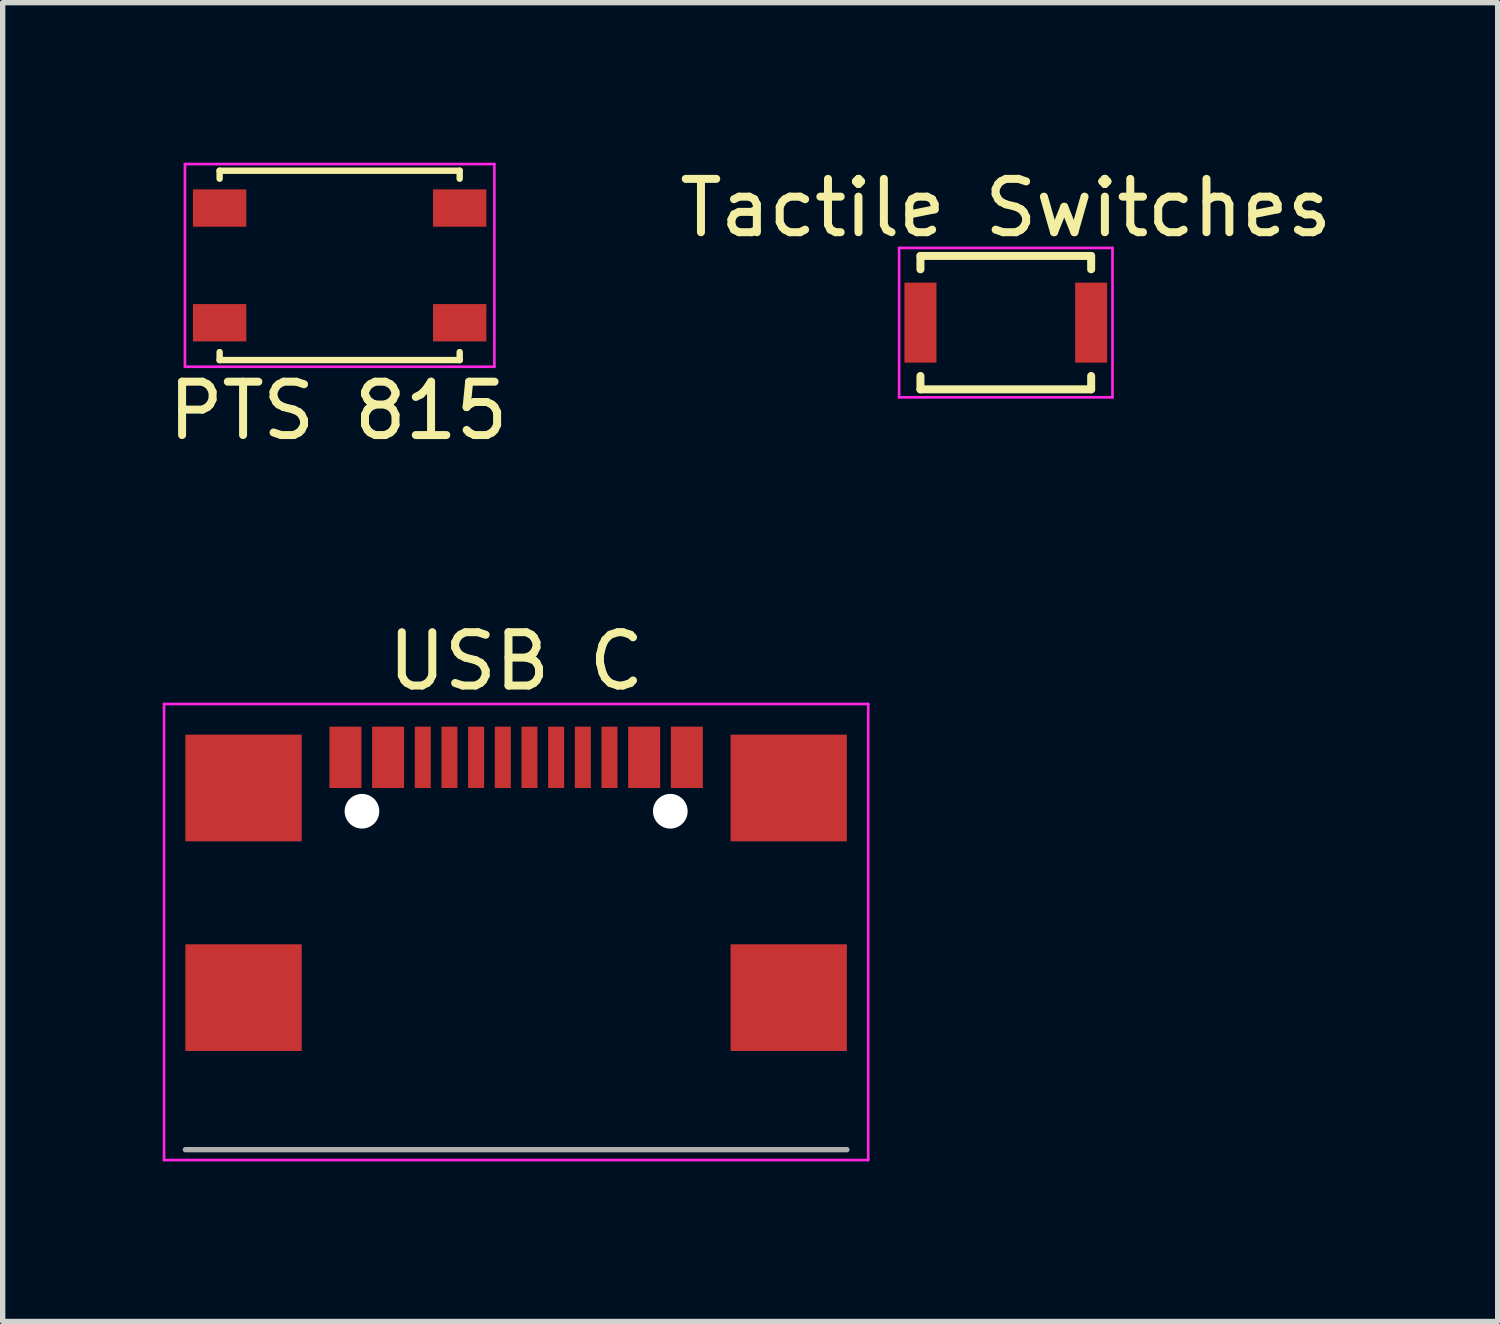
<source format=kicad_pcb>
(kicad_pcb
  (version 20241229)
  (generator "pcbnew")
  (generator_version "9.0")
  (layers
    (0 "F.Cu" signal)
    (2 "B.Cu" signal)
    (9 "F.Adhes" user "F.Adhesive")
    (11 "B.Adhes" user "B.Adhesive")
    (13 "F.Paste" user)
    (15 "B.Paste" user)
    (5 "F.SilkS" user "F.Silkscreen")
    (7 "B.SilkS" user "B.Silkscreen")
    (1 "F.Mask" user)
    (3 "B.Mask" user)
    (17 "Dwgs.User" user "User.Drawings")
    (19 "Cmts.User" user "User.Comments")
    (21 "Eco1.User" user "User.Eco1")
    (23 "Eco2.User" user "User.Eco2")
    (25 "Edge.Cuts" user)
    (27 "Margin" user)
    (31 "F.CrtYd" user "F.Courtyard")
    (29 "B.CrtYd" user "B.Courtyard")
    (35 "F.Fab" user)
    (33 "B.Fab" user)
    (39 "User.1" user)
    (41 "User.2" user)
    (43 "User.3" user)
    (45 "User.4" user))
  (footprint "Tactile Switches"
    (layer "F.Cu")
    (at 15.804 2.998)
    (property "Reference" "Tactile Switches" (at 0 -2.15 0) (layer "F.SilkS") (effects (font (size 1 1) (thickness 0.15))))
    (attr through_hole)
    (fp_line (start -1.6 -1) (end -1.6 -1.25) (stroke (width 0.15) (type solid)) (layer "F.SilkS"))
    (fp_line (start -1.6 1) (end -1.6 1.25) (stroke (width 0.15) (type solid)) (layer "F.SilkS"))
    (fp_line (start 1.6 -1.25) (end -1.6 -1.25) (stroke (width 0.15) (type solid)) (layer "F.SilkS"))
    (fp_line (start 1.6 -1) (end 1.6 -1.25) (stroke (width 0.15) (type solid)) (layer "F.SilkS"))
    (fp_line (start 1.6 1) (end 1.6 1.25) (stroke (width 0.15) (type solid)) (layer "F.SilkS"))
    (fp_line (start 1.6 1.25) (end -1.6 1.25) (stroke (width 0.15) (type solid)) (layer "F.SilkS"))
    (fp_line (start -2 -1.4) (end -2 1.4) (stroke (width 0.05) (type solid)) (layer "F.CrtYd"))
    (fp_line (start -2 -1.4) (end 2 -1.4) (stroke (width 0.05) (type solid)) (layer "F.CrtYd"))
    (fp_line (start 2 1.4) (end -2 1.4) (stroke (width 0.05) (type solid)) (layer "F.CrtYd"))
    (fp_line (start 2 1.4) (end 2 -1.4) (stroke (width 0.05) (type solid)) (layer "F.CrtYd"))
    (pad "1" smd rect (at -1.6 0) (size 0.6 1.5) (layers "F.Cu" "F.Mask" "F.Paste"))
    (pad "2" smd rect (at 1.6 0) (size 0.6 1.5) (layers "F.Cu" "F.Mask" "F.Paste")))
  (footprint "USB C"
    (layer "F.Cu")
    (at 6.625 11.146)
    (property "Reference" "USB C" (at 0 -1.8 0) (layer "F.SilkS") (effects (font (size 1 1) (thickness 0.15))))
    (attr through_hole)
    (fp_line (start -6.6 -1) (end 6.6 -1) (stroke (width 0.05) (type solid)) (layer "F.CrtYd"))
    (fp_line (start -6.6 7.55) (end -6.6 -1) (stroke (width 0.05) (type solid)) (layer "F.CrtYd"))
    (fp_line (start 6.6 -1) (end 6.6 7.55) (stroke (width 0.05) (type solid)) (layer "F.CrtYd"))
    (fp_line (start 6.6 7.55) (end -6.6 7.55) (stroke (width 0.05) (type solid)) (layer "F.CrtYd"))
    (fp_line (start 6.2 7.355) (end -6.2 7.355) (stroke (width 0.1) (type solid)) (layer "F.Fab"))
    (pad "" np_thru_hole circle (at -2.89 1.011) (size 0.65 0.65) (drill 0.65) (layers "*.Cu" "*.Mask"))
    (pad "" np_thru_hole circle (at 2.89 1.011) (size 0.65 0.65) (drill 0.65) (layers "*.Cu" "*.Mask"))
    (pad "A1" smd rect (at -3.2 0) (size 0.6 1.15) (layers "F.Cu" "F.Mask" "F.Paste"))
    (pad "A4" smd rect (at -2.4 0) (size 0.6 1.15) (layers "F.Cu" "F.Mask" "F.Paste"))
    (pad "A5" smd rect (at -1.25 0) (size 0.3 1.15) (layers "F.Cu" "F.Mask" "F.Paste"))
    (pad "A6" smd rect (at -0.25 0) (size 0.3 1.15) (layers "F.Cu" "F.Mask" "F.Paste"))
    (pad "A7" smd rect (at 0.25 0) (size 0.3 1.15) (layers "F.Cu" "F.Mask" "F.Paste"))
    (pad "A8" smd rect (at 1.25 0) (size 0.3 1.15) (layers "F.Cu" "F.Mask" "F.Paste"))
    (pad "B1" smd rect (at 3.2 0) (size 0.6 1.15) (layers "F.Cu" "F.Mask" "F.Paste"))
    (pad "B4" smd rect (at 2.4 0) (size 0.6 1.15) (layers "F.Cu" "F.Mask" "F.Paste"))
    (pad "B5" smd rect (at 1.75 0) (size 0.3 1.15) (layers "F.Cu" "F.Mask" "F.Paste"))
    (pad "B6" smd rect (at 0.75 0) (size 0.3 1.15) (layers "F.Cu" "F.Mask" "F.Paste"))
    (pad "B7" smd rect (at -0.75 0) (size 0.3 1.15) (layers "F.Cu" "F.Mask" "F.Paste"))
    (pad "B8" smd rect (at -1.75 0) (size 0.3 1.15) (layers "F.Cu" "F.Mask" "F.Paste"))
    (pad "S1" smd rect (at -5.11 0.575) (size 2.18 2) (layers "F.Cu" "F.Mask" "F.Paste"))
    (pad "S1" smd rect (at -5.11 4.505) (size 2.18 2) (layers "F.Cu" "F.Mask" "F.Paste"))
    (pad "S1" smd rect (at 5.11 0.575) (size 2.18 2) (layers "F.Cu" "F.Mask" "F.Paste"))
    (pad "S1" smd rect (at 5.11 4.505) (size 2.18 2) (layers "F.Cu" "F.Mask" "F.Paste")))
  (footprint "PTS 815"
    (layer "F.Cu")
    (at 3.317 1.925)
    (property "Reference" "PTS 815" (at -0.025 2.725 0) (layer "F.SilkS") (effects (font (size 1 1) (thickness 0.15))))
    (attr through_hole)
    (fp_line (start -2.25 -1.775) (end -2.25 -1.625) (stroke (width 0.12) (type solid)) (layer "F.SilkS"))
    (fp_line (start -2.25 1.625) (end -2.25 1.775) (stroke (width 0.12) (type solid)) (layer "F.SilkS"))
    (fp_line (start 2.25 -1.775) (end -2.25 -1.775) (stroke (width 0.12) (type solid)) (layer "F.SilkS"))
    (fp_line (start 2.25 -1.625) (end 2.25 -1.775) (stroke (width 0.12) (type solid)) (layer "F.SilkS"))
    (fp_line (start 2.25 1.775) (end -2.25 1.775) (stroke (width 0.12) (type solid)) (layer "F.SilkS"))
    (fp_line (start 2.25 1.775) (end 2.25 1.625) (stroke (width 0.12) (type solid)) (layer "F.SilkS"))
    (fp_line (start -2.9 -1.9) (end -2.9 1.9) (stroke (width 0.05) (type solid)) (layer "F.CrtYd"))
    (fp_line (start -2.9 1.9) (end 2.9 1.9) (stroke (width 0.05) (type solid)) (layer "F.CrtYd"))
    (fp_line (start 2.9 -1.9) (end -2.9 -1.9) (stroke (width 0.05) (type solid)) (layer "F.CrtYd"))
    (fp_line (start 2.9 1.9) (end 2.9 -1.9) (stroke (width 0.05) (type solid)) (layer "F.CrtYd"))
    (pad "1" smd rect (at -2.25 -1.075) (size 1 0.7) (layers "F.Cu" "F.Mask" "F.Paste"))
    (pad "1" smd rect (at 2.25 -1.075) (size 1 0.7) (layers "F.Cu" "F.Mask" "F.Paste"))
    (pad "2" smd rect (at -2.25 1.075) (size 1 0.7) (layers "F.Cu" "F.Mask" "F.Paste"))
    (pad "2" smd rect (at 2.25 1.075) (size 1 0.7) (layers "F.Cu" "F.Mask" "F.Paste")))
  (gr_rect
    (start -3 -3)
    (end 25.024 21.721)
    (stroke (width 0.1) (type default))
    (fill no)
    (layer "Edge.Cuts")))
</source>
